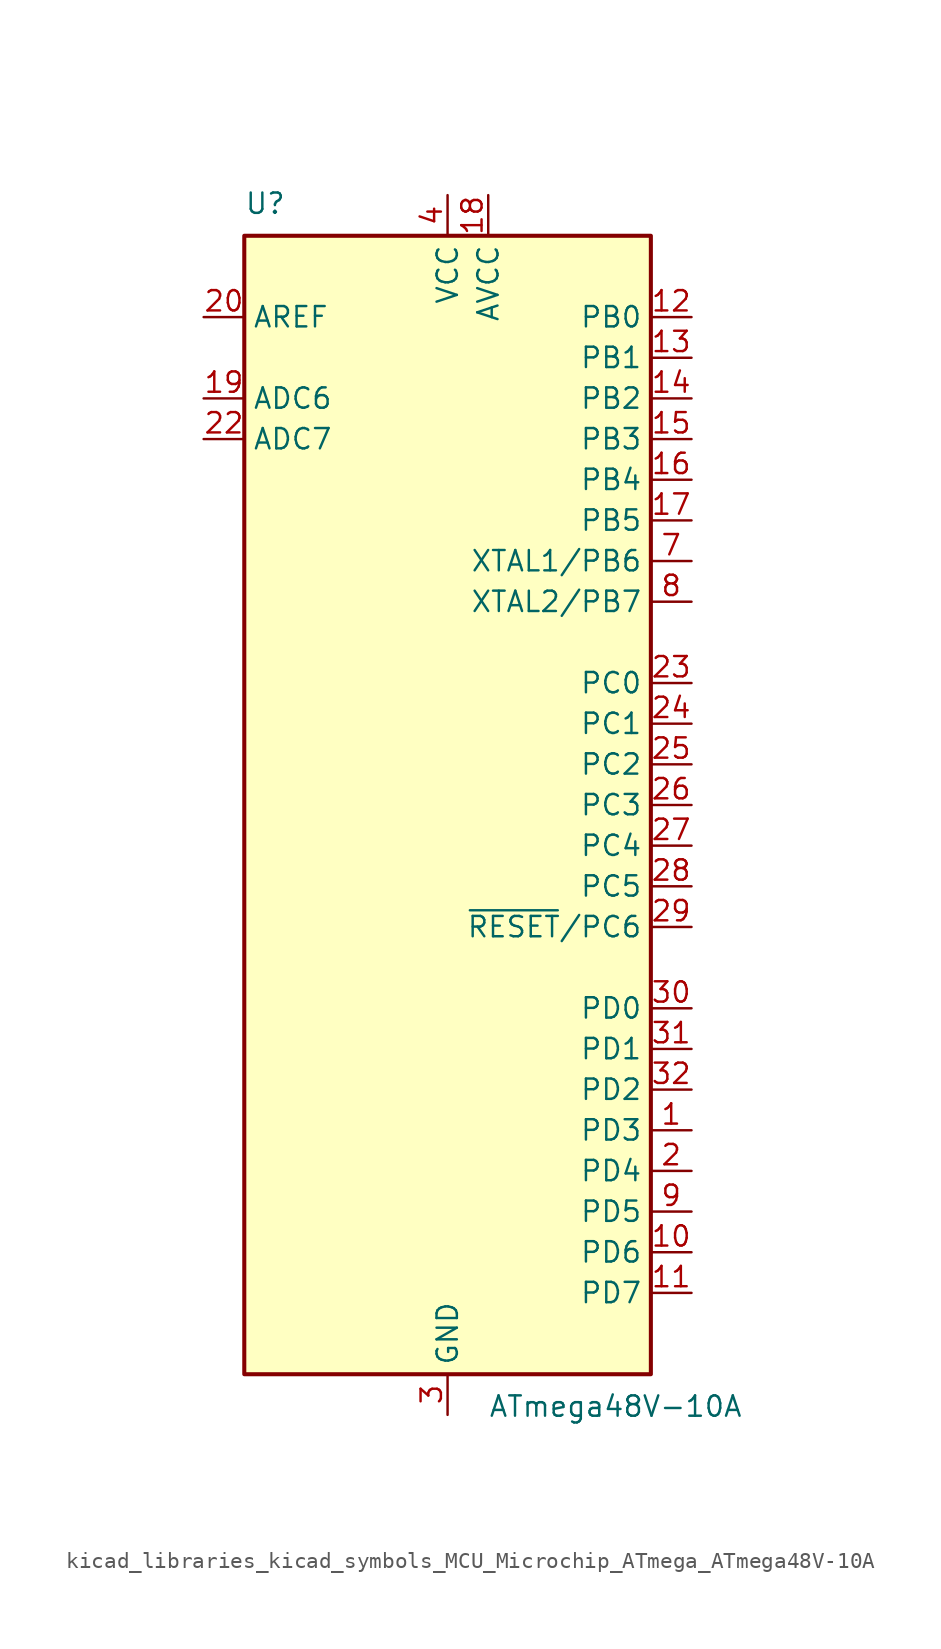
<source format=kicad_sym>
(kicad_symbol_lib
  (version 20220914)
  (generator kicad_symbol_editor)
  (symbol "kicad_libraries_kicad_symbols_MCU_Microchip_ATmega_ATmega48V-10A"
    (property "Reference" "U"
      (at -12.7 36.83 0)
      (effects (font (size 1.27 1.27)) (justify left bottom)))
    (property "Value" "ATmega48V-10A"
      (at 2.54 -36.83 0)
      (effects (font (size 1.27 1.27)) (justify left top)))
    (symbol "kicad_libraries_kicad_symbols_MCU_Microchip_ATmega_ATmega48V-10A_0_1"
      (rectangle (start -12.7 -35.56) (end 12.7 35.56) (stroke (width 0.254) (type default)) (fill (type background))))
    (symbol "kicad_libraries_kicad_symbols_MCU_Microchip_ATmega_ATmega48V-10A_1_1"
      (pin bidirectional line (at 15.24 -20.32 180) (length 2.54) (name "PD3" (effects (font (size 1.27 1.27)))) (number "1" (effects (font (size 1.27 1.27)))))
      (pin bidirectional line (at 15.24 -27.94 180) (length 2.54) (name "PD6" (effects (font (size 1.27 1.27)))) (number "10" (effects (font (size 1.27 1.27)))))
      (pin bidirectional line (at 15.24 -30.48 180) (length 2.54) (name "PD7" (effects (font (size 1.27 1.27)))) (number "11" (effects (font (size 1.27 1.27)))))
      (pin bidirectional line (at 15.24 30.48 180) (length 2.54) (name "PB0" (effects (font (size 1.27 1.27)))) (number "12" (effects (font (size 1.27 1.27)))))
      (pin bidirectional line (at 15.24 27.94 180) (length 2.54) (name "PB1" (effects (font (size 1.27 1.27)))) (number "13" (effects (font (size 1.27 1.27)))))
      (pin bidirectional line (at 15.24 25.4 180) (length 2.54) (name "PB2" (effects (font (size 1.27 1.27)))) (number "14" (effects (font (size 1.27 1.27)))))
      (pin bidirectional line (at 15.24 22.86 180) (length 2.54) (name "PB3" (effects (font (size 1.27 1.27)))) (number "15" (effects (font (size 1.27 1.27)))))
      (pin bidirectional line (at 15.24 20.32 180) (length 2.54) (name "PB4" (effects (font (size 1.27 1.27)))) (number "16" (effects (font (size 1.27 1.27)))))
      (pin bidirectional line (at 15.24 17.78 180) (length 2.54) (name "PB5" (effects (font (size 1.27 1.27)))) (number "17" (effects (font (size 1.27 1.27)))))
      (pin power_in line (at 2.54 38.1 270) (length 2.54) (name "AVCC" (effects (font (size 1.27 1.27)))) (number "18" (effects (font (size 1.27 1.27)))))
      (pin input line (at -15.24 25.4 0) (length 2.54) (name "ADC6" (effects (font (size 1.27 1.27)))) (number "19" (effects (font (size 1.27 1.27)))))
      (pin bidirectional line (at 15.24 -22.86 180) (length 2.54) (name "PD4" (effects (font (size 1.27 1.27)))) (number "2" (effects (font (size 1.27 1.27)))))
      (pin passive line (at -15.24 30.48 0) (length 2.54) (name "AREF" (effects (font (size 1.27 1.27)))) (number "20" (effects (font (size 1.27 1.27)))))
      (pin passive line (at 0 -38.1 90) (length 2.54) hide (name "GND" (effects (font (size 1.27 1.27)))) (number "21" (effects (font (size 1.27 1.27)))))
      (pin input line (at -15.24 22.86 0) (length 2.54) (name "ADC7" (effects (font (size 1.27 1.27)))) (number "22" (effects (font (size 1.27 1.27)))))
      (pin bidirectional line (at 15.24 7.62 180) (length 2.54) (name "PC0" (effects (font (size 1.27 1.27)))) (number "23" (effects (font (size 1.27 1.27)))))
      (pin bidirectional line (at 15.24 5.08 180) (length 2.54) (name "PC1" (effects (font (size 1.27 1.27)))) (number "24" (effects (font (size 1.27 1.27)))))
      (pin bidirectional line (at 15.24 2.54 180) (length 2.54) (name "PC2" (effects (font (size 1.27 1.27)))) (number "25" (effects (font (size 1.27 1.27)))))
      (pin bidirectional line (at 15.24 0 180) (length 2.54) (name "PC3" (effects (font (size 1.27 1.27)))) (number "26" (effects (font (size 1.27 1.27)))))
      (pin bidirectional line (at 15.24 -2.54 180) (length 2.54) (name "PC4" (effects (font (size 1.27 1.27)))) (number "27" (effects (font (size 1.27 1.27)))))
      (pin bidirectional line (at 15.24 -5.08 180) (length 2.54) (name "PC5" (effects (font (size 1.27 1.27)))) (number "28" (effects (font (size 1.27 1.27)))))
      (pin bidirectional line (at 15.24 -7.62 180) (length 2.54) (name "~{RESET}/PC6" (effects (font (size 1.27 1.27)))) (number "29" (effects (font (size 1.27 1.27)))))
      (pin power_in line (at 0 -38.1 90) (length 2.54) (name "GND" (effects (font (size 1.27 1.27)))) (number "3" (effects (font (size 1.27 1.27)))))
      (pin bidirectional line (at 15.24 -12.7 180) (length 2.54) (name "PD0" (effects (font (size 1.27 1.27)))) (number "30" (effects (font (size 1.27 1.27)))))
      (pin bidirectional line (at 15.24 -15.24 180) (length 2.54) (name "PD1" (effects (font (size 1.27 1.27)))) (number "31" (effects (font (size 1.27 1.27)))))
      (pin bidirectional line (at 15.24 -17.78 180) (length 2.54) (name "PD2" (effects (font (size 1.27 1.27)))) (number "32" (effects (font (size 1.27 1.27)))))
      (pin power_in line (at 0 38.1 270) (length 2.54) (name "VCC" (effects (font (size 1.27 1.27)))) (number "4" (effects (font (size 1.27 1.27)))))
      (pin passive line (at 0 -38.1 90) (length 2.54) hide (name "GND" (effects (font (size 1.27 1.27)))) (number "5" (effects (font (size 1.27 1.27)))))
      (pin passive line (at 0 38.1 270) (length 2.54) hide (name "VCC" (effects (font (size 1.27 1.27)))) (number "6" (effects (font (size 1.27 1.27)))))
      (pin bidirectional line (at 15.24 15.24 180) (length 2.54) (name "XTAL1/PB6" (effects (font (size 1.27 1.27)))) (number "7" (effects (font (size 1.27 1.27)))))
      (pin bidirectional line (at 15.24 12.7 180) (length 2.54) (name "XTAL2/PB7" (effects (font (size 1.27 1.27)))) (number "8" (effects (font (size 1.27 1.27)))))
      (pin bidirectional line (at 15.24 -25.4 180) (length 2.54) (name "PD5" (effects (font (size 1.27 1.27)))) (number "9" (effects (font (size 1.27 1.27))))))))
</source>
